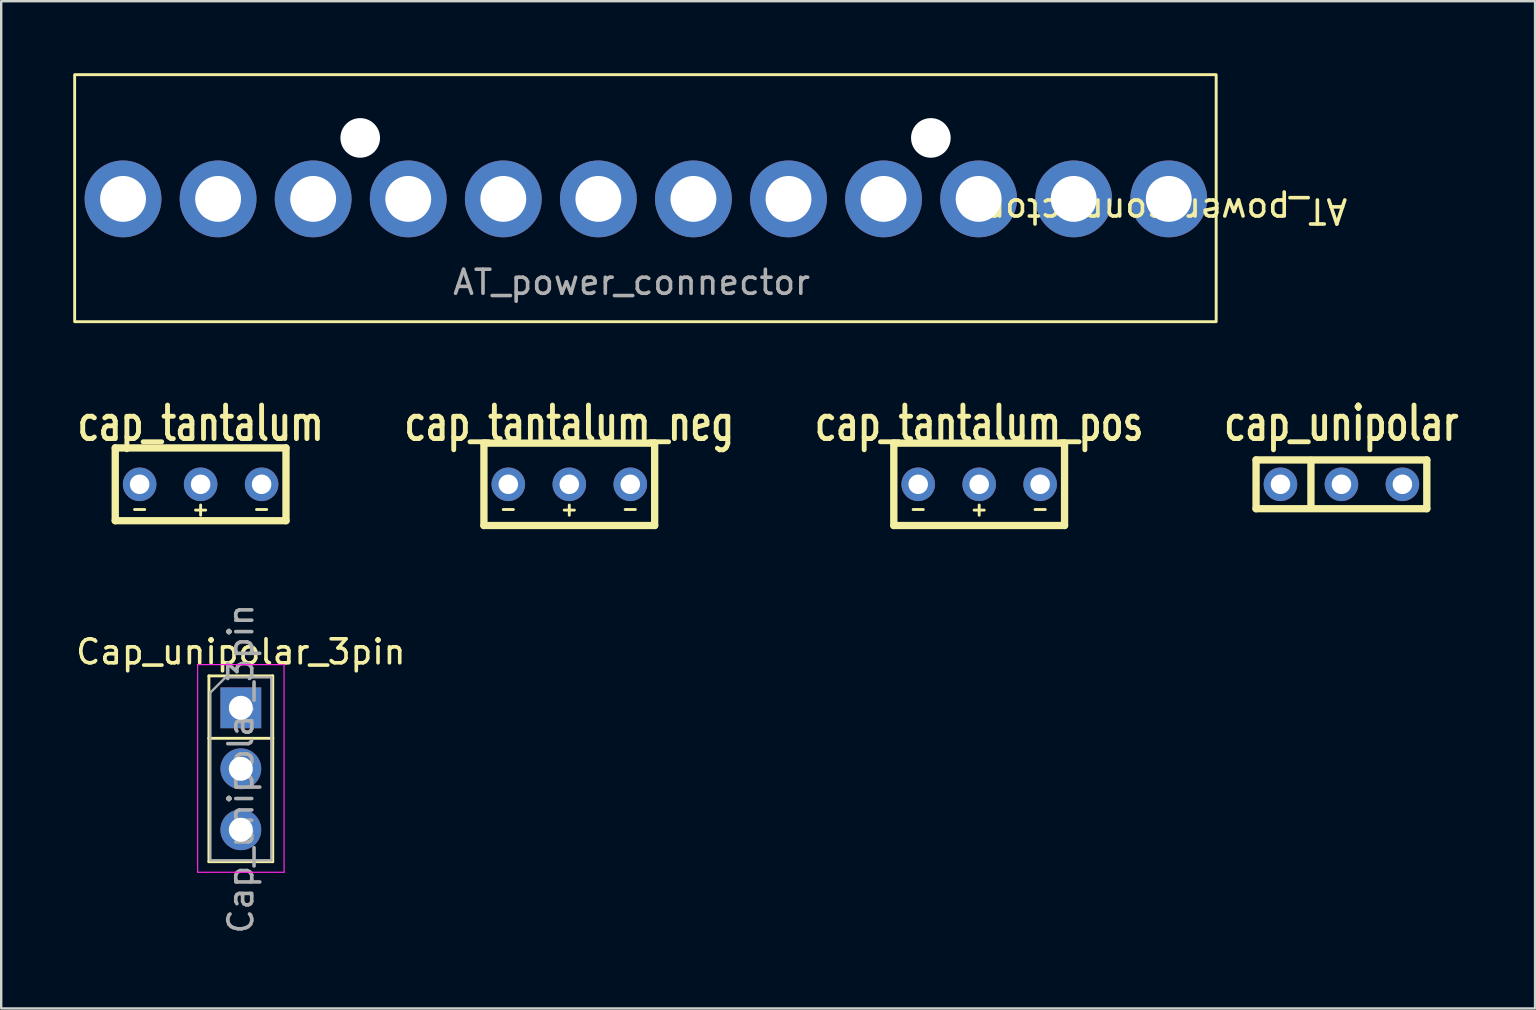
<source format=kicad_pcb>
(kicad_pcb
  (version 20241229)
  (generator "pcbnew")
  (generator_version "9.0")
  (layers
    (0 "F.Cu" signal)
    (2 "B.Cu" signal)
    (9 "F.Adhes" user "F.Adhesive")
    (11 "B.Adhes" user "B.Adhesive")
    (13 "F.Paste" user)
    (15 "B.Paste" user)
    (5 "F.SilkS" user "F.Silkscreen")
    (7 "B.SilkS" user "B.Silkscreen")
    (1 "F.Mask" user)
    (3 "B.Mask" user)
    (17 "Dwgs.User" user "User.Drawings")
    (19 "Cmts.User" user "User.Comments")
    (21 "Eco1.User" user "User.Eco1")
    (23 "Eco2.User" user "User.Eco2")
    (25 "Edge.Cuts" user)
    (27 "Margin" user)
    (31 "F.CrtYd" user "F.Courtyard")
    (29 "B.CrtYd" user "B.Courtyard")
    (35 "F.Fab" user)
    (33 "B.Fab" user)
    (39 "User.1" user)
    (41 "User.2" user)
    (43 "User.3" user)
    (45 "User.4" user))
  (footprint "cap_tantalum"
    (layer "F.Cu")
    (at 5.307 17.124)
    (property "Reference" "cap_tantalum" (at 0 -2.54 0) (layer "F.SilkS") (effects (font (size 1.397 1.016) (thickness 0.203))))
    (attr through_hole)
    (fp_line (start -3.556 -1.516) (end 3.556 -1.516) (stroke (width 0.305) (type solid)) (layer "F.SilkS"))
    (fp_line (start -3.556 1.516) (end -3.556 -1.516) (stroke (width 0.305) (type solid)) (layer "F.SilkS"))
    (fp_line (start -2.752 1.05) (end -2.328 1.05) (stroke (width 0.12) (type default)) (layer "F.SilkS"))
    (fp_line (start -0.212 1.075) (end 0.212 1.075) (stroke (width 0.12) (type default)) (layer "F.SilkS"))
    (fp_line (start 0 1.288) (end 0 0.863) (stroke (width 0.12) (type default)) (layer "F.SilkS"))
    (fp_line (start 2.328 1.05) (end 2.752 1.05) (stroke (width 0.12) (type default)) (layer "F.SilkS"))
    (fp_line (start 3.556 -1.516) (end 3.556 1.516) (stroke (width 0.305) (type solid)) (layer "F.SilkS"))
    (fp_line (start 3.556 1.516) (end -3.556 1.516) (stroke (width 0.305) (type solid)) (layer "F.SilkS"))
    (pad "1" thru_hole circle (at 0 0) (size 1.397 1.397) (drill 0.813) (layers "*.Cu" "*.Mask"))
    (pad "2" thru_hole circle (at -2.54 0) (size 1.397 1.397) (drill 0.813) (layers "*.Cu" "*.Mask"))
    (pad "2" thru_hole circle (at 2.54 0) (size 1.397 1.397) (drill 0.813) (layers "*.Cu" "*.Mask")))
  (footprint "Cap_unipolar_3pin"
    (layer "F.Cu")
    (at 6.982 26.434)
    (property "Reference" "Cap_unipolar_3pin" (at 0 -2.33 0) (layer "F.SilkS") (effects (font (size 1 1) (thickness 0.15))))
    (attr through_hole)
    (fp_line (start -1.33 -1.33) (end 1.33 -1.33) (stroke (width 0.12) (type solid)) (layer "F.SilkS"))
    (fp_line (start -1.33 1.27) (end -1.33 -1.33) (stroke (width 0.12) (type solid)) (layer "F.SilkS"))
    (fp_line (start -1.33 1.27) (end -1.33 6.41) (stroke (width 0.12) (type solid)) (layer "F.SilkS"))
    (fp_line (start -1.33 1.27) (end 1.33 1.27) (stroke (width 0.12) (type solid)) (layer "F.SilkS"))
    (fp_line (start -1.33 6.41) (end 1.33 6.41) (stroke (width 0.12) (type solid)) (layer "F.SilkS"))
    (fp_line (start 1.33 1.27) (end 1.33 -1.33) (stroke (width 0.12) (type solid)) (layer "F.SilkS"))
    (fp_line (start 1.33 1.27) (end 1.33 6.41) (stroke (width 0.12) (type solid)) (layer "F.SilkS"))
    (fp_line (start -1.8 -1.8) (end -1.8 6.85) (stroke (width 0.05) (type solid)) (layer "F.CrtYd"))
    (fp_line (start -1.8 6.85) (end 1.8 6.85) (stroke (width 0.05) (type solid)) (layer "F.CrtYd"))
    (fp_line (start 1.8 -1.8) (end -1.8 -1.8) (stroke (width 0.05) (type solid)) (layer "F.CrtYd"))
    (fp_line (start 1.8 6.85) (end 1.8 -1.8) (stroke (width 0.05) (type solid)) (layer "F.CrtYd"))
    (fp_line (start -1.27 -0.635) (end -0.635 -1.27) (stroke (width 0.1) (type solid)) (layer "F.Fab"))
    (fp_line (start -1.27 6.35) (end -1.27 -0.635) (stroke (width 0.1) (type solid)) (layer "F.Fab"))
    (fp_line (start -0.635 -1.27) (end 1.27 -1.27) (stroke (width 0.1) (type solid)) (layer "F.Fab"))
    (fp_line (start 1.27 -1.27) (end 1.27 6.35) (stroke (width 0.1) (type solid)) (layer "F.Fab"))
    (fp_line (start 1.27 6.35) (end -1.27 6.35) (stroke (width 0.1) (type solid)) (layer "F.Fab"))
    (fp_text user "${REFERENCE}" (at 0 2.54 90) (layer "F.Fab") (effects (font (size 1 1) (thickness 0.15))))
    (pad "1" thru_hole rect (at 0 0) (size 1.7 1.7) (drill 1) (layers "*.Cu" "*.Mask"))
    (pad "2" thru_hole oval (at 0 2.54) (size 1.7 1.7) (drill 1) (layers "*.Cu" "*.Mask"))
    (pad "2" thru_hole oval (at 0 5.08) (size 1.7 1.7) (drill 1) (layers "*.Cu" "*.Mask")))
  (footprint "cap_unipolar"
    (layer "F.Cu")
    (at 52.828 17.124)
    (property "Reference" "cap_unipolar" (at 0 -2.54 0) (layer "F.SilkS") (effects (font (size 1.397 1.016) (thickness 0.203))))
    (attr through_hole)
    (fp_line (start -3.556 -1.016) (end 3.556 -1.016) (stroke (width 0.305) (type solid)) (layer "F.SilkS"))
    (fp_line (start -3.556 1.016) (end -3.556 -1.016) (stroke (width 0.305) (type solid)) (layer "F.SilkS"))
    (fp_line (start -1.27 -1) (end -1.27 1) (stroke (width 0.305) (type default)) (layer "F.SilkS"))
    (fp_line (start 3.556 -1.016) (end 3.556 1.016) (stroke (width 0.305) (type solid)) (layer "F.SilkS"))
    (fp_line (start 3.556 1.016) (end -3.556 1.016) (stroke (width 0.305) (type solid)) (layer "F.SilkS"))
    (pad "1" thru_hole circle (at 0 0) (size 1.397 1.397) (drill 0.813) (layers "*.Cu" "*.Mask"))
    (pad "1" thru_hole circle (at 2.54 0) (size 1.397 1.397) (drill 0.813) (layers "*.Cu" "*.Mask"))
    (pad "2" thru_hole circle (at -2.54 0) (size 1.397 1.397) (drill 0.813) (layers "*.Cu" "*.Mask")))
  (footprint "cap_tantalum_neg"
    (layer "F.Cu")
    (at 20.664 17.124)
    (property "Reference" "cap_tantalum_neg" (at 0 -2.54 0) (layer "F.SilkS") (effects (font (size 1.397 1.016) (thickness 0.203))))
    (attr through_hole)
    (fp_line (start -3.556 -1.716) (end 3.556 -1.716) (stroke (width 0.305) (type solid)) (layer "F.SilkS"))
    (fp_line (start -3.556 1.716) (end -3.556 -1.716) (stroke (width 0.305) (type solid)) (layer "F.SilkS"))
    (fp_line (start -2.752 1.05) (end -2.328 1.05) (stroke (width 0.12) (type default)) (layer "F.SilkS"))
    (fp_line (start -0.212 1.075) (end 0.212 1.075) (stroke (width 0.12) (type default)) (layer "F.SilkS"))
    (fp_line (start 0 1.288) (end 0 0.863) (stroke (width 0.12) (type default)) (layer "F.SilkS"))
    (fp_line (start 2.328 1.05) (end 2.752 1.05) (stroke (width 0.12) (type default)) (layer "F.SilkS"))
    (fp_line (start 3.556 -1.716) (end 3.556 1.716) (stroke (width 0.305) (type solid)) (layer "F.SilkS"))
    (fp_line (start 3.556 1.716) (end -3.556 1.716) (stroke (width 0.305) (type solid)) (layer "F.SilkS"))
    (pad "1" thru_hole circle (at 0 0) (size 1.397 1.397) (drill 0.813) (layers "*.Cu" "*.Mask"))
    (pad "2" thru_hole circle (at -2.54 0) (size 1.397 1.397) (drill 0.813) (layers "*.Cu" "*.Mask"))
    (pad "2" thru_hole circle (at 2.54 0) (size 1.397 1.397) (drill 0.813) (layers "*.Cu" "*.Mask")))
  (footprint "cap_tantalum_pos"
    (layer "F.Cu")
    (at 37.738 17.124)
    (property "Reference" "cap_tantalum_pos" (at 0 -2.54 0) (layer "F.SilkS") (effects (font (size 1.397 1.016) (thickness 0.203))))
    (attr through_hole)
    (fp_line (start -3.556 -1.716) (end 3.556 -1.716) (stroke (width 0.305) (type solid)) (layer "F.SilkS"))
    (fp_line (start -3.556 1.716) (end -3.556 -1.716) (stroke (width 0.305) (type solid)) (layer "F.SilkS"))
    (fp_line (start -2.752 1.05) (end -2.328 1.05) (stroke (width 0.12) (type default)) (layer "F.SilkS"))
    (fp_line (start -0.212 1.075) (end 0.212 1.075) (stroke (width 0.12) (type default)) (layer "F.SilkS"))
    (fp_line (start 0 1.288) (end 0 0.863) (stroke (width 0.12) (type default)) (layer "F.SilkS"))
    (fp_line (start 2.328 1.05) (end 2.752 1.05) (stroke (width 0.12) (type default)) (layer "F.SilkS"))
    (fp_line (start 3.556 -1.716) (end 3.556 1.716) (stroke (width 0.305) (type solid)) (layer "F.SilkS"))
    (fp_line (start 3.556 1.716) (end -3.556 1.716) (stroke (width 0.305) (type solid)) (layer "F.SilkS"))
    (pad "1" thru_hole circle (at 0 0) (size 1.397 1.397) (drill 0.813) (layers "*.Cu" "*.Mask"))
    (pad "2" thru_hole circle (at -2.54 0) (size 1.397 1.397) (drill 0.813) (layers "*.Cu" "*.Mask"))
    (pad "2" thru_hole circle (at 2.54 0) (size 1.397 1.397) (drill 0.813) (layers "*.Cu" "*.Mask")))
  (footprint "AT_power_connector"
    (layer "F.Cu")
    (at 2.835 5.235)
    (property "Reference" "AT_power_connector" (at 42.8 0.5 180) (unlocked yes) (layer "F.SilkS") (effects (font (size 1 1) (thickness 0.15))))
    (attr through_hole)
    (fp_rect (start 44.775 5.115) (end -2.775 -5.175) (stroke (width 0.12) (type default)) (fill no) (layer "F.SilkS"))
    (fp_text user "${REFERENCE}" (at 20.425 3.475 0) (unlocked yes) (layer "F.Fab") (effects (font (size 1 1) (thickness 0.15))))
    (pad "" np_thru_hole circle (at 9.12 -2.54) (size 1.65 1.65) (drill 1.65) (layers "*.Cu" "*.Mask"))
    (pad "" np_thru_hole circle (at 32.89 -2.54) (size 1.65 1.65) (drill 1.65) (layers "*.Cu" "*.Mask"))
    (pad "1" thru_hole circle (at -0.76 0) (size 3.2 3.2) (drill 1.91) (layers "*.Cu" "*.Mask"))
    (pad "2" thru_hole circle (at 3.2 0) (size 3.2 3.2) (drill 1.91) (layers "*.Cu" "*.Mask"))
    (pad "3" thru_hole circle (at 7.16 0) (size 3.2 3.2) (drill 1.91) (layers "*.Cu" "*.Mask"))
    (pad "4" thru_hole circle (at 11.12 0) (size 3.2 3.2) (drill 1.91) (layers "*.Cu" "*.Mask"))
    (pad "5" thru_hole circle (at 15.08 0) (size 3.2 3.2) (drill 1.91) (layers "*.Cu" "*.Mask"))
    (pad "6" thru_hole circle (at 19.04 0) (size 3.2 3.2) (drill 1.91) (layers "*.Cu" "*.Mask"))
    (pad "7" thru_hole circle (at 23 0) (size 3.2 3.2) (drill 1.91) (layers "*.Cu" "*.Mask"))
    (pad "8" thru_hole circle (at 26.96 0) (size 3.2 3.2) (drill 1.91) (layers "*.Cu" "*.Mask"))
    (pad "9" thru_hole circle (at 30.92 0) (size 3.2 3.2) (drill 1.91) (layers "*.Cu" "*.Mask"))
    (pad "10" thru_hole circle (at 34.88 0) (size 3.2 3.2) (drill 1.91) (layers "*.Cu" "*.Mask"))
    (pad "11" thru_hole circle (at 38.84 0) (size 3.2 3.2) (drill 1.91) (layers "*.Cu" "*.Mask"))
    (pad "12" thru_hole circle (at 42.8 0) (size 3.2 3.2) (drill 1.91) (layers "*.Cu" "*.Mask")))
  (gr_rect
    (start -3 -3)
    (end 60.894 38.957)
    (stroke (width 0.1) (type default))
    (fill no)
    (layer "Edge.Cuts")))
</source>
